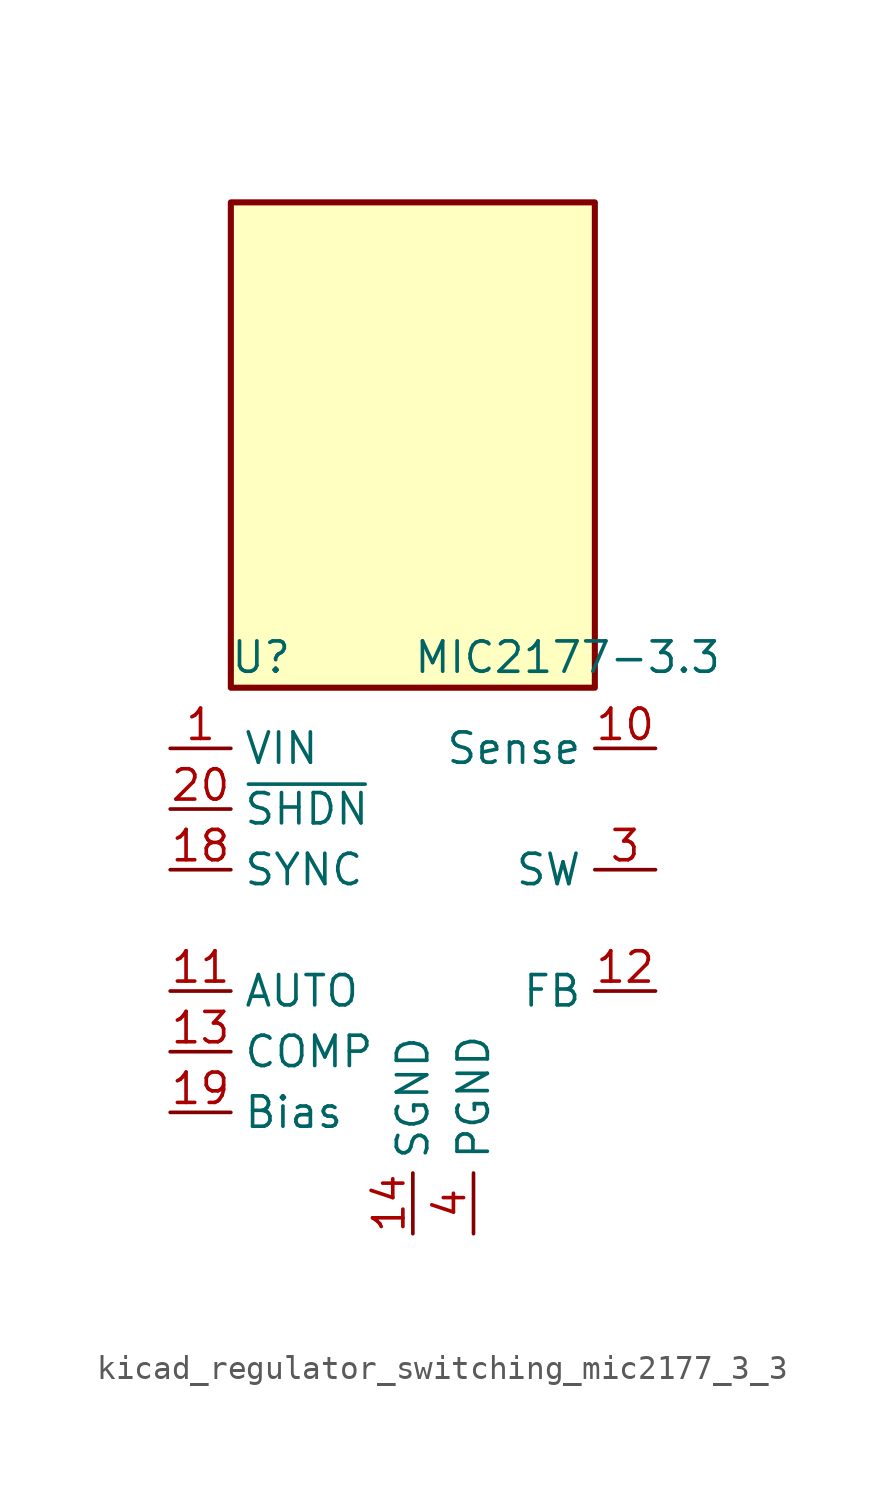
<source format=kicad_sym>
(kicad_symbol_lib
  (version 20220914)
  (generator kicad_symbol_editor)
  (symbol "kicad_regulator_switching_mic2177_3_3"
    (property "Reference" "U"
      (at -6.35 13.97 0)
      (effects (font (size 1.27 1.27))))
    (property "Value" "MIC2177-3.3"
      (at 0 13.97 0)
      (effects (font (size 1.27 1.27)) (justify left)))
    (symbol "kicad_regulator_switching_mic2177_3_3_0_1"
      (rectangle (start 7.62 33.02) (end -7.62 12.7) (stroke (width 0.254) (type default)) (fill (type background))))
    (symbol "kicad_regulator_switching_mic2177_3_3_1_1"
      (pin power_in line (at -10.16 10.16 0) (length 2.54) (name "VIN" (effects (font (size 1.27 1.27)))) (number "1" (effects (font (size 1.27 1.27)))))
      (pin input line (at 10.16 10.16 180) (length 2.54) (name "Sense" (effects (font (size 1.27 1.27)))) (number "10" (effects (font (size 1.27 1.27)))))
      (pin input line (at -10.16 0 0) (length 2.54) (name "AUTO" (effects (font (size 1.27 1.27)))) (number "11" (effects (font (size 1.27 1.27)))))
      (pin input line (at 10.16 0 180) (length 2.54) (name "FB" (effects (font (size 1.27 1.27)))) (number "12" (effects (font (size 1.27 1.27)))))
      (pin input line (at -10.16 -2.54 0) (length 2.54) (name "COMP" (effects (font (size 1.27 1.27)))) (number "13" (effects (font (size 1.27 1.27)))))
      (pin power_in line (at 0 -10.16 90) (length 2.54) (name "SGND" (effects (font (size 1.27 1.27)))) (number "14" (effects (font (size 1.27 1.27)))))
      (pin passive line (at 0 -10.16 90) (length 2.54) hide (name "SGND" (effects (font (size 1.27 1.27)))) (number "15" (effects (font (size 1.27 1.27)))))
      (pin passive line (at 0 -10.16 90) (length 2.54) hide (name "SGND" (effects (font (size 1.27 1.27)))) (number "16" (effects (font (size 1.27 1.27)))))
      (pin passive line (at 0 -10.16 90) (length 2.54) hide (name "SGND" (effects (font (size 1.27 1.27)))) (number "17" (effects (font (size 1.27 1.27)))))
      (pin input line (at -10.16 5.08 0) (length 2.54) (name "SYNC" (effects (font (size 1.27 1.27)))) (number "18" (effects (font (size 1.27 1.27)))))
      (pin input line (at -10.16 -5.08 0) (length 2.54) (name "Bias" (effects (font (size 1.27 1.27)))) (number "19" (effects (font (size 1.27 1.27)))))
      (pin passive line (at -10.16 10.16 0) (length 2.54) hide (name "VIN" (effects (font (size 1.27 1.27)))) (number "2" (effects (font (size 1.27 1.27)))))
      (pin input line (at -10.16 7.62 0) (length 2.54) (name "~{SHDN}" (effects (font (size 1.27 1.27)))) (number "20" (effects (font (size 1.27 1.27)))))
      (pin output line (at 10.16 5.08 180) (length 2.54) (name "SW" (effects (font (size 1.27 1.27)))) (number "3" (effects (font (size 1.27 1.27)))))
      (pin power_in line (at 2.54 -10.16 90) (length 2.54) (name "PGND" (effects (font (size 1.27 1.27)))) (number "4" (effects (font (size 1.27 1.27)))))
      (pin passive line (at 2.54 -10.16 90) (length 2.54) hide (name "PGND" (effects (font (size 1.27 1.27)))) (number "5" (effects (font (size 1.27 1.27)))))
      (pin passive line (at 2.54 -10.16 90) (length 2.54) hide (name "PGND" (effects (font (size 1.27 1.27)))) (number "6" (effects (font (size 1.27 1.27)))))
      (pin passive line (at 2.54 -10.16 90) (length 2.54) hide (name "PGND" (effects (font (size 1.27 1.27)))) (number "7" (effects (font (size 1.27 1.27)))))
      (pin passive line (at 10.16 5.08 180) (length 2.54) hide (name "SW" (effects (font (size 1.27 1.27)))) (number "8" (effects (font (size 1.27 1.27)))))
      (pin passive line (at -10.16 10.16 0) (length 2.54) hide (name "VIN" (effects (font (size 1.27 1.27)))) (number "9" (effects (font (size 1.27 1.27))))))))
</source>
